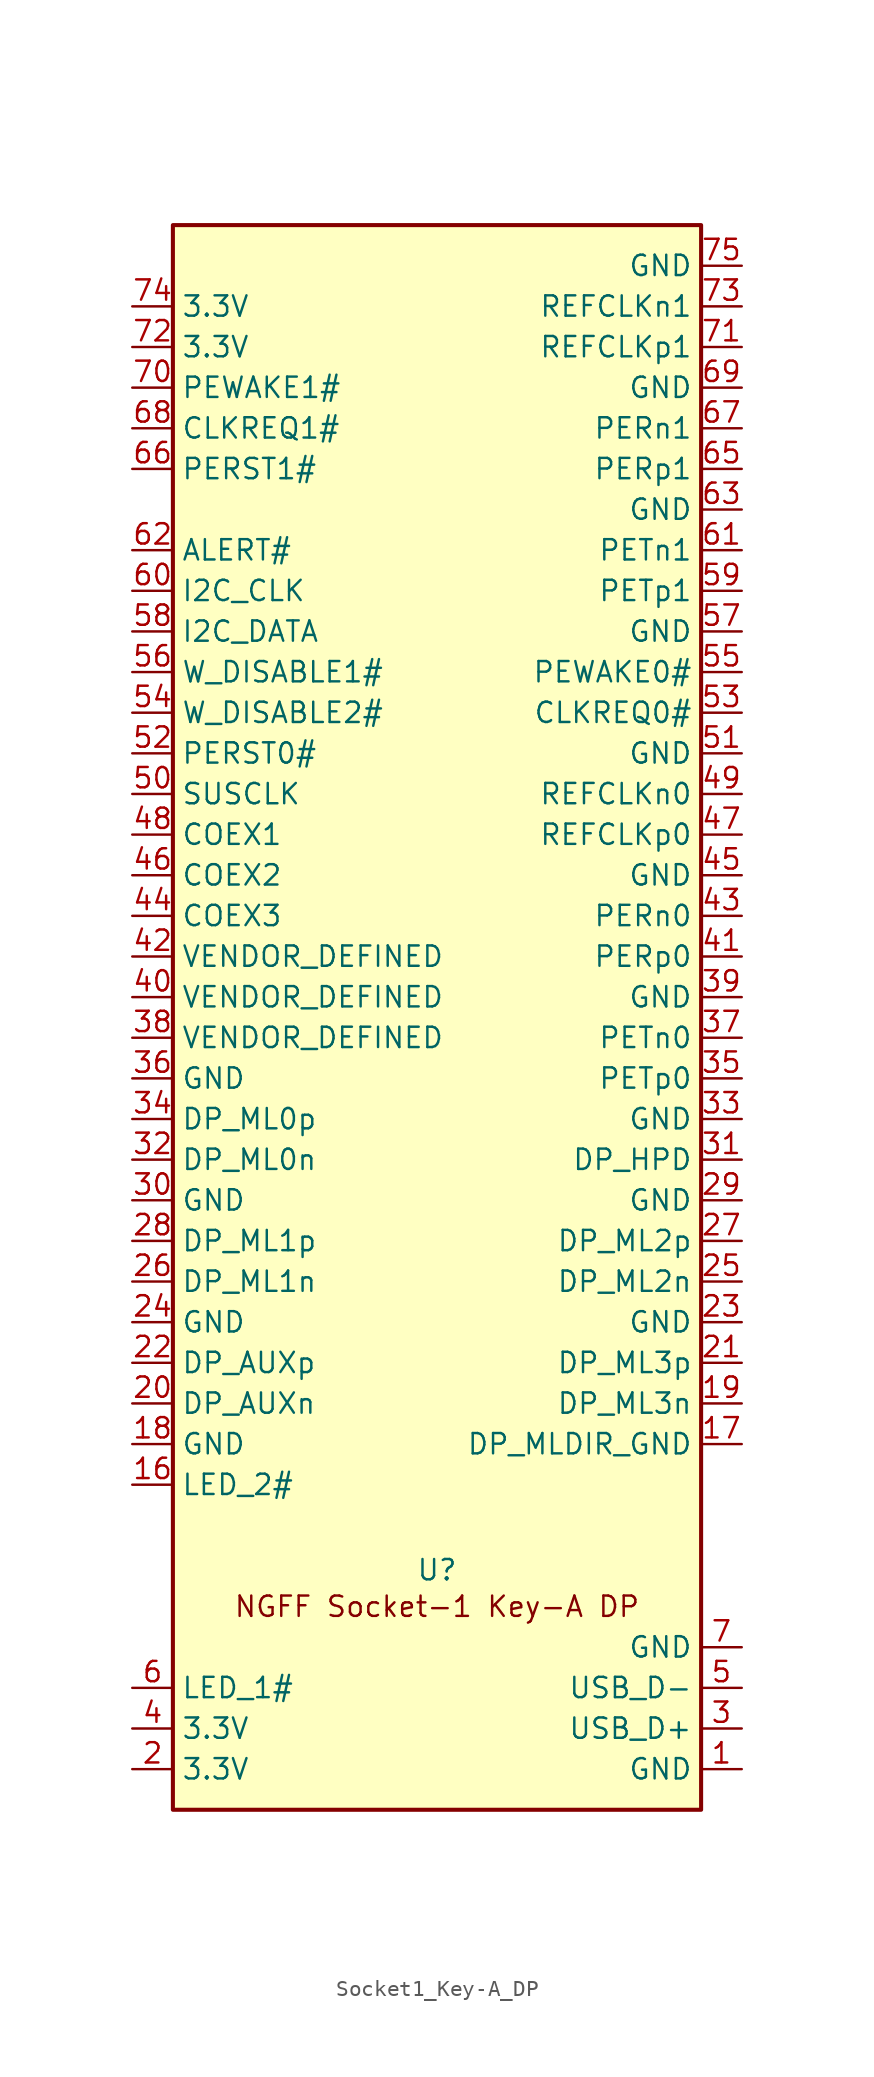
<source format=kicad_sym>
(kicad_symbol_lib
  (version 20241209)
  (generator "kicad_symbol_editor")
  (generator_version "9.0")
  (symbol "Socket1_Key-A_DP"
    (property "Reference" "U"
      (at 16.51 14.986 0)
      (effects (font (size 1.27 1.27))))
    (property "Value" ""
      (at 0 0 0)
      (effects (font (size 1.27 1.27))))
    (symbol "Socket1_Key-A_DP_0_1"
      (rectangle (start 0 99.06) (end 33.02 0) (stroke (width 0.254) (type default)) (fill (type background))))
    (symbol "Socket1_Key-A_DP_1_1"
      (text "NGFF Socket-1 Key-A DP" (at 16.51 12.7 0) (effects (font (size 1.27 1.27))))
      (pin power_in line (at -2.54 93.98 0) (length 2.54) (name "3.3V" (effects (font (size 1.27 1.27)))) (number "74" (effects (font (size 1.27 1.27)))))
      (pin power_in line (at -2.54 91.44 0) (length 2.54) (name "3.3V" (effects (font (size 1.27 1.27)))) (number "72" (effects (font (size 1.27 1.27)))))
      (pin bidirectional line (at -2.54 88.9 0) (length 2.54) (name "PEWAKE1#" (effects (font (size 1.27 1.27)))) (number "70" (effects (font (size 1.27 1.27)))))
      (pin bidirectional line (at -2.54 86.36 0) (length 2.54) (name "CLKREQ1#" (effects (font (size 1.27 1.27)))) (number "68" (effects (font (size 1.27 1.27)))))
      (pin input line (at -2.54 83.82 0) (length 2.54) (name "PERST1#" (effects (font (size 1.27 1.27)))) (number "66" (effects (font (size 1.27 1.27)))))
      (pin no_connect line (at -2.54 81.28 0) (length 2.54) (hide yes) (name "RESERVED" (effects (font (size 1.27 1.27)))) (number "64" (effects (font (size 1.27 1.27)))))
      (pin output line (at -2.54 78.74 0) (length 2.54) (name "ALERT#" (effects (font (size 1.27 1.27)))) (number "62" (effects (font (size 1.27 1.27)))))
      (pin input line (at -2.54 76.2 0) (length 2.54) (name "I2C_CLK" (effects (font (size 1.27 1.27)))) (number "60" (effects (font (size 1.27 1.27)))))
      (pin bidirectional line (at -2.54 73.66 0) (length 2.54) (name "I2C_DATA" (effects (font (size 1.27 1.27)))) (number "58" (effects (font (size 1.27 1.27)))))
      (pin input line (at -2.54 71.12 0) (length 2.54) (name "W_DISABLE1#" (effects (font (size 1.27 1.27)))) (number "56" (effects (font (size 1.27 1.27)))))
      (pin input line (at -2.54 68.58 0) (length 2.54) (name "W_DISABLE2#" (effects (font (size 1.27 1.27)))) (number "54" (effects (font (size 1.27 1.27)))))
      (pin input line (at -2.54 66.04 0) (length 2.54) (name "PERST0#" (effects (font (size 1.27 1.27)))) (number "52" (effects (font (size 1.27 1.27)))))
      (pin input line (at -2.54 63.5 0) (length 2.54) (name "SUSCLK" (effects (font (size 1.27 1.27)))) (number "50" (effects (font (size 1.27 1.27)))))
      (pin bidirectional line (at -2.54 60.96 0) (length 2.54) (name "COEX1" (effects (font (size 1.27 1.27)))) (number "48" (effects (font (size 1.27 1.27)))))
      (pin bidirectional line (at -2.54 58.42 0) (length 2.54) (name "COEX2" (effects (font (size 1.27 1.27)))) (number "46" (effects (font (size 1.27 1.27)))))
      (pin bidirectional line (at -2.54 55.88 0) (length 2.54) (name "COEX3" (effects (font (size 1.27 1.27)))) (number "44" (effects (font (size 1.27 1.27)))))
      (pin unspecified line (at -2.54 53.34 0) (length 2.54) (name "VENDOR_DEFINED" (effects (font (size 1.27 1.27)))) (number "42" (effects (font (size 1.27 1.27)))))
      (pin unspecified line (at -2.54 50.8 0) (length 2.54) (name "VENDOR_DEFINED" (effects (font (size 1.27 1.27)))) (number "40" (effects (font (size 1.27 1.27)))))
      (pin unspecified line (at -2.54 48.26 0) (length 2.54) (name "VENDOR_DEFINED" (effects (font (size 1.27 1.27)))) (number "38" (effects (font (size 1.27 1.27)))))
      (pin power_in line (at -2.54 45.72 0) (length 2.54) (name "GND" (effects (font (size 1.27 1.27)))) (number "36" (effects (font (size 1.27 1.27)))))
      (pin bidirectional line (at -2.54 43.18 0) (length 2.54) (name "DP_ML0p" (effects (font (size 1.27 1.27)))) (number "34" (effects (font (size 1.27 1.27)))))
      (pin bidirectional line (at -2.54 40.64 0) (length 2.54) (name "DP_ML0n" (effects (font (size 1.27 1.27)))) (number "32" (effects (font (size 1.27 1.27)))))
      (pin power_in line (at -2.54 38.1 0) (length 2.54) (name "GND" (effects (font (size 1.27 1.27)))) (number "30" (effects (font (size 1.27 1.27)))))
      (pin bidirectional line (at -2.54 35.56 0) (length 2.54) (name "DP_ML1p" (effects (font (size 1.27 1.27)))) (number "28" (effects (font (size 1.27 1.27)))))
      (pin bidirectional line (at -2.54 33.02 0) (length 2.54) (name "DP_ML1n" (effects (font (size 1.27 1.27)))) (number "26" (effects (font (size 1.27 1.27)))))
      (pin power_in line (at -2.54 30.48 0) (length 2.54) (name "GND" (effects (font (size 1.27 1.27)))) (number "24" (effects (font (size 1.27 1.27)))))
      (pin bidirectional line (at -2.54 27.94 0) (length 2.54) (name "DP_AUXp" (effects (font (size 1.27 1.27)))) (number "22" (effects (font (size 1.27 1.27)))))
      (pin bidirectional line (at -2.54 25.4 0) (length 2.54) (name "DP_AUXn" (effects (font (size 1.27 1.27)))) (number "20" (effects (font (size 1.27 1.27)))))
      (pin power_in line (at -2.54 22.86 0) (length 2.54) (name "GND" (effects (font (size 1.27 1.27)))) (number "18" (effects (font (size 1.27 1.27)))))
      (pin output line (at -2.54 20.32 0) (length 2.54) (name "LED_2#" (effects (font (size 1.27 1.27)))) (number "16" (effects (font (size 1.27 1.27)))))
      (pin output line (at -2.54 7.62 0) (length 2.54) (name "LED_1#" (effects (font (size 1.27 1.27)))) (number "6" (effects (font (size 1.27 1.27)))))
      (pin power_in line (at -2.54 5.08 0) (length 2.54) (name "3.3V" (effects (font (size 1.27 1.27)))) (number "4" (effects (font (size 1.27 1.27)))))
      (pin power_in line (at -2.54 2.54 0) (length 2.54) (name "3.3V" (effects (font (size 1.27 1.27)))) (number "2" (effects (font (size 1.27 1.27)))))
      (pin power_in line (at 35.56 96.52 180) (length 2.54) (name "GND" (effects (font (size 1.27 1.27)))) (number "75" (effects (font (size 1.27 1.27)))))
      (pin bidirectional line (at 35.56 93.98 180) (length 2.54) (name "REFCLKn1" (effects (font (size 1.27 1.27)))) (number "73" (effects (font (size 1.27 1.27)))))
      (pin bidirectional line (at 35.56 91.44 180) (length 2.54) (name "REFCLKp1" (effects (font (size 1.27 1.27)))) (number "71" (effects (font (size 1.27 1.27)))))
      (pin power_in line (at 35.56 88.9 180) (length 2.54) (name "GND" (effects (font (size 1.27 1.27)))) (number "69" (effects (font (size 1.27 1.27)))))
      (pin bidirectional line (at 35.56 86.36 180) (length 2.54) (name "PERn1" (effects (font (size 1.27 1.27)))) (number "67" (effects (font (size 1.27 1.27)))))
      (pin bidirectional line (at 35.56 83.82 180) (length 2.54) (name "PERp1" (effects (font (size 1.27 1.27)))) (number "65" (effects (font (size 1.27 1.27)))))
      (pin power_in line (at 35.56 81.28 180) (length 2.54) (name "GND" (effects (font (size 1.27 1.27)))) (number "63" (effects (font (size 1.27 1.27)))))
      (pin bidirectional line (at 35.56 78.74 180) (length 2.54) (name "PETn1" (effects (font (size 1.27 1.27)))) (number "61" (effects (font (size 1.27 1.27)))))
      (pin bidirectional line (at 35.56 76.2 180) (length 2.54) (name "PETp1" (effects (font (size 1.27 1.27)))) (number "59" (effects (font (size 1.27 1.27)))))
      (pin power_in line (at 35.56 73.66 180) (length 2.54) (name "GND" (effects (font (size 1.27 1.27)))) (number "57" (effects (font (size 1.27 1.27)))))
      (pin bidirectional line (at 35.56 71.12 180) (length 2.54) (name "PEWAKE0#" (effects (font (size 1.27 1.27)))) (number "55" (effects (font (size 1.27 1.27)))))
      (pin bidirectional line (at 35.56 68.58 180) (length 2.54) (name "CLKREQ0#" (effects (font (size 1.27 1.27)))) (number "53" (effects (font (size 1.27 1.27)))))
      (pin power_in line (at 35.56 66.04 180) (length 2.54) (name "GND" (effects (font (size 1.27 1.27)))) (number "51" (effects (font (size 1.27 1.27)))))
      (pin bidirectional line (at 35.56 63.5 180) (length 2.54) (name "REFCLKn0" (effects (font (size 1.27 1.27)))) (number "49" (effects (font (size 1.27 1.27)))))
      (pin bidirectional line (at 35.56 60.96 180) (length 2.54) (name "REFCLKp0" (effects (font (size 1.27 1.27)))) (number "47" (effects (font (size 1.27 1.27)))))
      (pin power_in line (at 35.56 58.42 180) (length 2.54) (name "GND" (effects (font (size 1.27 1.27)))) (number "45" (effects (font (size 1.27 1.27)))))
      (pin bidirectional line (at 35.56 55.88 180) (length 2.54) (name "PERn0" (effects (font (size 1.27 1.27)))) (number "43" (effects (font (size 1.27 1.27)))))
      (pin bidirectional line (at 35.56 53.34 180) (length 2.54) (name "PERp0" (effects (font (size 1.27 1.27)))) (number "41" (effects (font (size 1.27 1.27)))))
      (pin power_in line (at 35.56 50.8 180) (length 2.54) (name "GND" (effects (font (size 1.27 1.27)))) (number "39" (effects (font (size 1.27 1.27)))))
      (pin bidirectional line (at 35.56 48.26 180) (length 2.54) (name "PETn0" (effects (font (size 1.27 1.27)))) (number "37" (effects (font (size 1.27 1.27)))))
      (pin bidirectional line (at 35.56 45.72 180) (length 2.54) (name "PETp0" (effects (font (size 1.27 1.27)))) (number "35" (effects (font (size 1.27 1.27)))))
      (pin power_in line (at 35.56 43.18 180) (length 2.54) (name "GND" (effects (font (size 1.27 1.27)))) (number "33" (effects (font (size 1.27 1.27)))))
      (pin input line (at 35.56 40.64 180) (length 2.54) (name "DP_HPD" (effects (font (size 1.27 1.27)))) (number "31" (effects (font (size 1.27 1.27)))))
      (pin power_in line (at 35.56 38.1 180) (length 2.54) (name "GND" (effects (font (size 1.27 1.27)))) (number "29" (effects (font (size 1.27 1.27)))))
      (pin bidirectional line (at 35.56 35.56 180) (length 2.54) (name "DP_ML2p" (effects (font (size 1.27 1.27)))) (number "27" (effects (font (size 1.27 1.27)))))
      (pin bidirectional line (at 35.56 33.02 180) (length 2.54) (name "DP_ML2n" (effects (font (size 1.27 1.27)))) (number "25" (effects (font (size 1.27 1.27)))))
      (pin power_in line (at 35.56 30.48 180) (length 2.54) (name "GND" (effects (font (size 1.27 1.27)))) (number "23" (effects (font (size 1.27 1.27)))))
      (pin bidirectional line (at 35.56 27.94 180) (length 2.54) (name "DP_ML3p" (effects (font (size 1.27 1.27)))) (number "21" (effects (font (size 1.27 1.27)))))
      (pin bidirectional line (at 35.56 25.4 180) (length 2.54) (name "DP_ML3n" (effects (font (size 1.27 1.27)))) (number "19" (effects (font (size 1.27 1.27)))))
      (pin power_in line (at 35.56 22.86 180) (length 2.54) (name "DP_MLDIR_GND" (effects (font (size 1.27 1.27)))) (number "17" (effects (font (size 1.27 1.27)))))
      (pin power_in line (at 35.56 10.16 180) (length 2.54) (name "GND" (effects (font (size 1.27 1.27)))) (number "7" (effects (font (size 1.27 1.27)))))
      (pin bidirectional line (at 35.56 7.62 180) (length 2.54) (name "USB_D-" (effects (font (size 1.27 1.27)))) (number "5" (effects (font (size 1.27 1.27)))))
      (pin bidirectional line (at 35.56 5.08 180) (length 2.54) (name "USB_D+" (effects (font (size 1.27 1.27)))) (number "3" (effects (font (size 1.27 1.27)))))
      (pin power_in line (at 35.56 2.54 180) (length 2.54) (name "GND" (effects (font (size 1.27 1.27)))) (number "1" (effects (font (size 1.27 1.27))))))))
</source>
